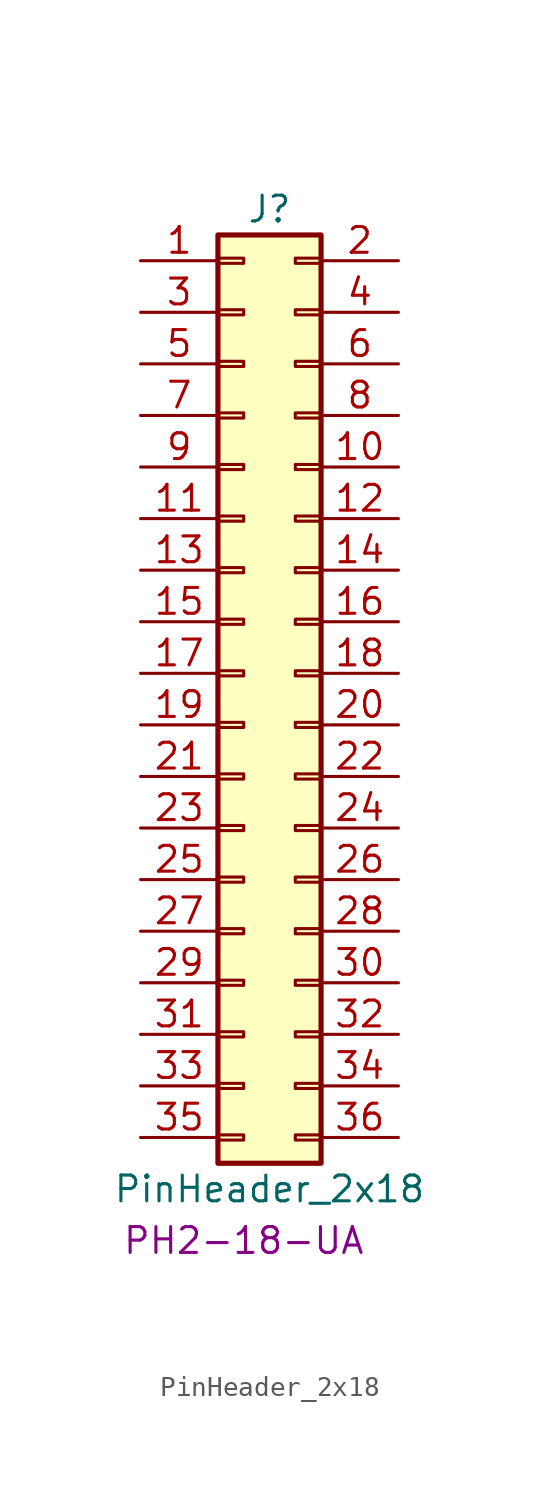
<source format=kicad_sym>
(kicad_symbol_lib
  (version 20220914)
  (generator kicad_symbol_editor)
  (symbol "PinHeader_2x18"
    (pin_names
      (offset 1.016) hide)
    (property "Reference" "J"
      (at 1.27 22.86 0)
      (effects (font (size 1.27 1.27))))
    (property "Value" "PinHeader_2x18"
      (at 1.27 -25.4 0)
      (effects (font (size 1.27 1.27))))
    (property "LCSC" ""
      (at 0 0 0)
      (effects (font (size 1.27 1.27))))
    (property "Manufacturer PN" "PH2-18-UA"
      (at 0 -27.94 0)
      (effects (font (size 1.27 1.27))))
    (property "Silkscreen" ""
      (at 0 0 0)
      (effects (font (size 1.27 1.27))))
    (symbol "PinHeader_2x18_1_1"
      (rectangle (start -1.27 -22.733) (end 0 -22.987) (stroke (width 0.152) (type default)) (fill (type none)))
      (rectangle (start -1.27 -20.193) (end 0 -20.447) (stroke (width 0.152) (type default)) (fill (type none)))
      (rectangle (start -1.27 -17.653) (end 0 -17.907) (stroke (width 0.152) (type default)) (fill (type none)))
      (rectangle (start -1.27 -15.113) (end 0 -15.367) (stroke (width 0.152) (type default)) (fill (type none)))
      (rectangle (start -1.27 -12.573) (end 0 -12.827) (stroke (width 0.152) (type default)) (fill (type none)))
      (rectangle (start -1.27 -10.033) (end 0 -10.287) (stroke (width 0.152) (type default)) (fill (type none)))
      (rectangle (start -1.27 -7.493) (end 0 -7.747) (stroke (width 0.152) (type default)) (fill (type none)))
      (rectangle (start -1.27 -4.953) (end 0 -5.207) (stroke (width 0.152) (type default)) (fill (type none)))
      (rectangle (start -1.27 -2.413) (end 0 -2.667) (stroke (width 0.152) (type default)) (fill (type none)))
      (rectangle (start -1.27 0.127) (end 0 -0.127) (stroke (width 0.152) (type default)) (fill (type none)))
      (rectangle (start -1.27 2.667) (end 0 2.413) (stroke (width 0.152) (type default)) (fill (type none)))
      (rectangle (start -1.27 5.207) (end 0 4.953) (stroke (width 0.152) (type default)) (fill (type none)))
      (rectangle (start -1.27 7.747) (end 0 7.493) (stroke (width 0.152) (type default)) (fill (type none)))
      (rectangle (start -1.27 10.287) (end 0 10.033) (stroke (width 0.152) (type default)) (fill (type none)))
      (rectangle (start -1.27 12.827) (end 0 12.573) (stroke (width 0.152) (type default)) (fill (type none)))
      (rectangle (start -1.27 15.367) (end 0 15.113) (stroke (width 0.152) (type default)) (fill (type none)))
      (rectangle (start -1.27 17.907) (end 0 17.653) (stroke (width 0.152) (type default)) (fill (type none)))
      (rectangle (start -1.27 20.447) (end 0 20.193) (stroke (width 0.152) (type default)) (fill (type none)))
      (rectangle (start -1.27 21.59) (end 3.81 -24.13) (stroke (width 0.254) (type default)) (fill (type background)))
      (rectangle (start 3.81 -22.733) (end 2.54 -22.987) (stroke (width 0.152) (type default)) (fill (type none)))
      (rectangle (start 3.81 -20.193) (end 2.54 -20.447) (stroke (width 0.152) (type default)) (fill (type none)))
      (rectangle (start 3.81 -17.653) (end 2.54 -17.907) (stroke (width 0.152) (type default)) (fill (type none)))
      (rectangle (start 3.81 -15.113) (end 2.54 -15.367) (stroke (width 0.152) (type default)) (fill (type none)))
      (rectangle (start 3.81 -12.573) (end 2.54 -12.827) (stroke (width 0.152) (type default)) (fill (type none)))
      (rectangle (start 3.81 -10.033) (end 2.54 -10.287) (stroke (width 0.152) (type default)) (fill (type none)))
      (rectangle (start 3.81 -7.493) (end 2.54 -7.747) (stroke (width 0.152) (type default)) (fill (type none)))
      (rectangle (start 3.81 -4.953) (end 2.54 -5.207) (stroke (width 0.152) (type default)) (fill (type none)))
      (rectangle (start 3.81 -2.413) (end 2.54 -2.667) (stroke (width 0.152) (type default)) (fill (type none)))
      (rectangle (start 3.81 0.127) (end 2.54 -0.127) (stroke (width 0.152) (type default)) (fill (type none)))
      (rectangle (start 3.81 2.667) (end 2.54 2.413) (stroke (width 0.152) (type default)) (fill (type none)))
      (rectangle (start 3.81 5.207) (end 2.54 4.953) (stroke (width 0.152) (type default)) (fill (type none)))
      (rectangle (start 3.81 7.747) (end 2.54 7.493) (stroke (width 0.152) (type default)) (fill (type none)))
      (rectangle (start 3.81 10.287) (end 2.54 10.033) (stroke (width 0.152) (type default)) (fill (type none)))
      (rectangle (start 3.81 12.827) (end 2.54 12.573) (stroke (width 0.152) (type default)) (fill (type none)))
      (rectangle (start 3.81 15.367) (end 2.54 15.113) (stroke (width 0.152) (type default)) (fill (type none)))
      (rectangle (start 3.81 17.907) (end 2.54 17.653) (stroke (width 0.152) (type default)) (fill (type none)))
      (rectangle (start 3.81 20.447) (end 2.54 20.193) (stroke (width 0.152) (type default)) (fill (type none)))
      (pin passive line (at -5.08 20.32 0) (length 3.81) (name "Pin_1" (effects (font (size 1.27 1.27)))) (number "1" (effects (font (size 1.27 1.27)))))
      (pin passive line (at 7.62 10.16 180) (length 3.81) (name "Pin_10" (effects (font (size 1.27 1.27)))) (number "10" (effects (font (size 1.27 1.27)))))
      (pin passive line (at -5.08 7.62 0) (length 3.81) (name "Pin_11" (effects (font (size 1.27 1.27)))) (number "11" (effects (font (size 1.27 1.27)))))
      (pin passive line (at 7.62 7.62 180) (length 3.81) (name "Pin_12" (effects (font (size 1.27 1.27)))) (number "12" (effects (font (size 1.27 1.27)))))
      (pin passive line (at -5.08 5.08 0) (length 3.81) (name "Pin_13" (effects (font (size 1.27 1.27)))) (number "13" (effects (font (size 1.27 1.27)))))
      (pin passive line (at 7.62 5.08 180) (length 3.81) (name "Pin_14" (effects (font (size 1.27 1.27)))) (number "14" (effects (font (size 1.27 1.27)))))
      (pin passive line (at -5.08 2.54 0) (length 3.81) (name "Pin_15" (effects (font (size 1.27 1.27)))) (number "15" (effects (font (size 1.27 1.27)))))
      (pin passive line (at 7.62 2.54 180) (length 3.81) (name "Pin_16" (effects (font (size 1.27 1.27)))) (number "16" (effects (font (size 1.27 1.27)))))
      (pin passive line (at -5.08 0 0) (length 3.81) (name "Pin_17" (effects (font (size 1.27 1.27)))) (number "17" (effects (font (size 1.27 1.27)))))
      (pin passive line (at 7.62 0 180) (length 3.81) (name "Pin_18" (effects (font (size 1.27 1.27)))) (number "18" (effects (font (size 1.27 1.27)))))
      (pin passive line (at -5.08 -2.54 0) (length 3.81) (name "Pin_19" (effects (font (size 1.27 1.27)))) (number "19" (effects (font (size 1.27 1.27)))))
      (pin passive line (at 7.62 20.32 180) (length 3.81) (name "Pin_2" (effects (font (size 1.27 1.27)))) (number "2" (effects (font (size 1.27 1.27)))))
      (pin passive line (at 7.62 -2.54 180) (length 3.81) (name "Pin_20" (effects (font (size 1.27 1.27)))) (number "20" (effects (font (size 1.27 1.27)))))
      (pin passive line (at -5.08 -5.08 0) (length 3.81) (name "Pin_21" (effects (font (size 1.27 1.27)))) (number "21" (effects (font (size 1.27 1.27)))))
      (pin passive line (at 7.62 -5.08 180) (length 3.81) (name "Pin_22" (effects (font (size 1.27 1.27)))) (number "22" (effects (font (size 1.27 1.27)))))
      (pin passive line (at -5.08 -7.62 0) (length 3.81) (name "Pin_23" (effects (font (size 1.27 1.27)))) (number "23" (effects (font (size 1.27 1.27)))))
      (pin passive line (at 7.62 -7.62 180) (length 3.81) (name "Pin_24" (effects (font (size 1.27 1.27)))) (number "24" (effects (font (size 1.27 1.27)))))
      (pin passive line (at -5.08 -10.16 0) (length 3.81) (name "Pin_25" (effects (font (size 1.27 1.27)))) (number "25" (effects (font (size 1.27 1.27)))))
      (pin passive line (at 7.62 -10.16 180) (length 3.81) (name "Pin_26" (effects (font (size 1.27 1.27)))) (number "26" (effects (font (size 1.27 1.27)))))
      (pin passive line (at -5.08 -12.7 0) (length 3.81) (name "Pin_27" (effects (font (size 1.27 1.27)))) (number "27" (effects (font (size 1.27 1.27)))))
      (pin passive line (at 7.62 -12.7 180) (length 3.81) (name "Pin_28" (effects (font (size 1.27 1.27)))) (number "28" (effects (font (size 1.27 1.27)))))
      (pin passive line (at -5.08 -15.24 0) (length 3.81) (name "Pin_29" (effects (font (size 1.27 1.27)))) (number "29" (effects (font (size 1.27 1.27)))))
      (pin passive line (at -5.08 17.78 0) (length 3.81) (name "Pin_3" (effects (font (size 1.27 1.27)))) (number "3" (effects (font (size 1.27 1.27)))))
      (pin passive line (at 7.62 -15.24 180) (length 3.81) (name "Pin_30" (effects (font (size 1.27 1.27)))) (number "30" (effects (font (size 1.27 1.27)))))
      (pin passive line (at -5.08 -17.78 0) (length 3.81) (name "Pin_31" (effects (font (size 1.27 1.27)))) (number "31" (effects (font (size 1.27 1.27)))))
      (pin passive line (at 7.62 -17.78 180) (length 3.81) (name "Pin_32" (effects (font (size 1.27 1.27)))) (number "32" (effects (font (size 1.27 1.27)))))
      (pin passive line (at -5.08 -20.32 0) (length 3.81) (name "Pin_33" (effects (font (size 1.27 1.27)))) (number "33" (effects (font (size 1.27 1.27)))))
      (pin passive line (at 7.62 -20.32 180) (length 3.81) (name "Pin_34" (effects (font (size 1.27 1.27)))) (number "34" (effects (font (size 1.27 1.27)))))
      (pin passive line (at -5.08 -22.86 0) (length 3.81) (name "Pin_35" (effects (font (size 1.27 1.27)))) (number "35" (effects (font (size 1.27 1.27)))))
      (pin passive line (at 7.62 -22.86 180) (length 3.81) (name "Pin_36" (effects (font (size 1.27 1.27)))) (number "36" (effects (font (size 1.27 1.27)))))
      (pin passive line (at 7.62 17.78 180) (length 3.81) (name "Pin_4" (effects (font (size 1.27 1.27)))) (number "4" (effects (font (size 1.27 1.27)))))
      (pin passive line (at -5.08 15.24 0) (length 3.81) (name "Pin_5" (effects (font (size 1.27 1.27)))) (number "5" (effects (font (size 1.27 1.27)))))
      (pin passive line (at 7.62 15.24 180) (length 3.81) (name "Pin_6" (effects (font (size 1.27 1.27)))) (number "6" (effects (font (size 1.27 1.27)))))
      (pin passive line (at -5.08 12.7 0) (length 3.81) (name "Pin_7" (effects (font (size 1.27 1.27)))) (number "7" (effects (font (size 1.27 1.27)))))
      (pin passive line (at 7.62 12.7 180) (length 3.81) (name "Pin_8" (effects (font (size 1.27 1.27)))) (number "8" (effects (font (size 1.27 1.27)))))
      (pin passive line (at -5.08 10.16 0) (length 3.81) (name "Pin_9" (effects (font (size 1.27 1.27)))) (number "9" (effects (font (size 1.27 1.27))))))))
</source>
